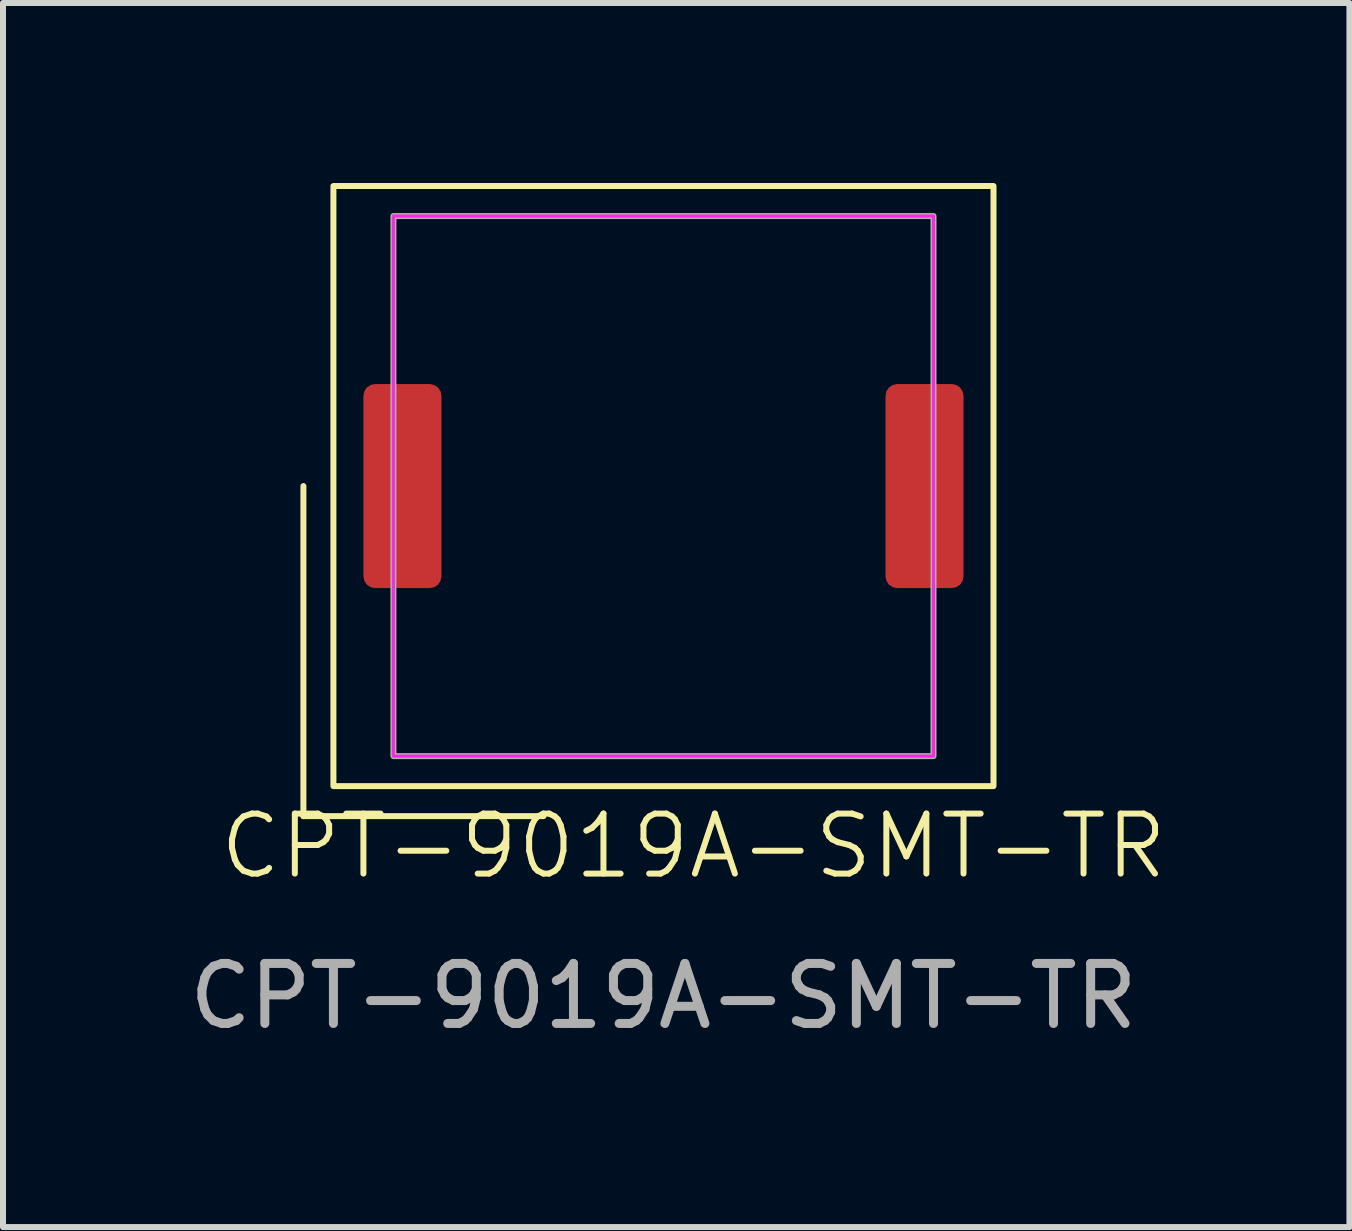
<source format=kicad_pcb>
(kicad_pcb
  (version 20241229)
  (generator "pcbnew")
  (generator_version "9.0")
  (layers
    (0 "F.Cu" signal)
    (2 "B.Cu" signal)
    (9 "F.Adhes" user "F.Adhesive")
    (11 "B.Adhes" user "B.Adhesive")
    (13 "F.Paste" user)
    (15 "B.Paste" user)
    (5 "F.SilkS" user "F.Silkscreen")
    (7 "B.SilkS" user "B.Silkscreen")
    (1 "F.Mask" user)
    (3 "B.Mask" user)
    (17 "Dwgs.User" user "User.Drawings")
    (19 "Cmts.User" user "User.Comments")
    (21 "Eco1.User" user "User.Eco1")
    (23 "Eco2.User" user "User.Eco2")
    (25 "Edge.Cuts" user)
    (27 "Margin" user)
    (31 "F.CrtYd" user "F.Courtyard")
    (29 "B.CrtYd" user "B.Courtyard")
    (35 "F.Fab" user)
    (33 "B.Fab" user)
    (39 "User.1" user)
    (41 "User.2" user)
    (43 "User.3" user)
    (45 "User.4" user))
  (footprint "CPT-9019A-SMT-TR"
    (layer "F.Cu")
    (at 8.006 5.05)
    (property "Reference" "CPT-9019A-SMT-TR" (at 0.5 6 0) (unlocked yes) (layer "F.SilkS") (effects (font (size 1 1) (thickness 0.1))))
    (attr smd)
    (fp_line (start -6 0) (end -6 5.5) (stroke (width 0.1) (type default)) (layer "F.SilkS"))
    (fp_line (start -6 5.5) (end -2 5.5) (stroke (width 0.1) (type default)) (layer "F.SilkS"))
    (fp_rect (start -5.5 -5) (end 5.5 5) (stroke (width 0.1) (type default)) (fill no) (layer "F.SilkS"))
    (fp_rect (start -4.5 -4.5) (end 4.5 4.5) (stroke (width 0.05) (type default)) (fill no) (layer "F.CrtYd"))
    (fp_rect (start -4.5 -4.5) (end 4.5 4.5) (stroke (width 0.1) (type default)) (fill no) (layer "F.Fab"))
    (fp_text user "${REFERENCE}" (at 0 8.5 0) (unlocked yes) (layer "F.Fab") (effects (font (size 1 1) (thickness 0.15))))
    (pad "1" smd roundrect (at -4.35 0) (size 1.3 3.4) (layers "F.Cu" "F.Mask" "F.Paste") (roundrect_rratio 0.15))
    (pad "2" smd roundrect (at 4.35 0) (size 1.3 3.4) (layers "F.Cu" "F.Mask" "F.Paste") (roundrect_rratio 0.15)))
  (gr_rect
    (start -3 -3)
    (end 19.437 17.398)
    (stroke (width 0.1) (type default))
    (fill no)
    (layer "Edge.Cuts")))
</source>
